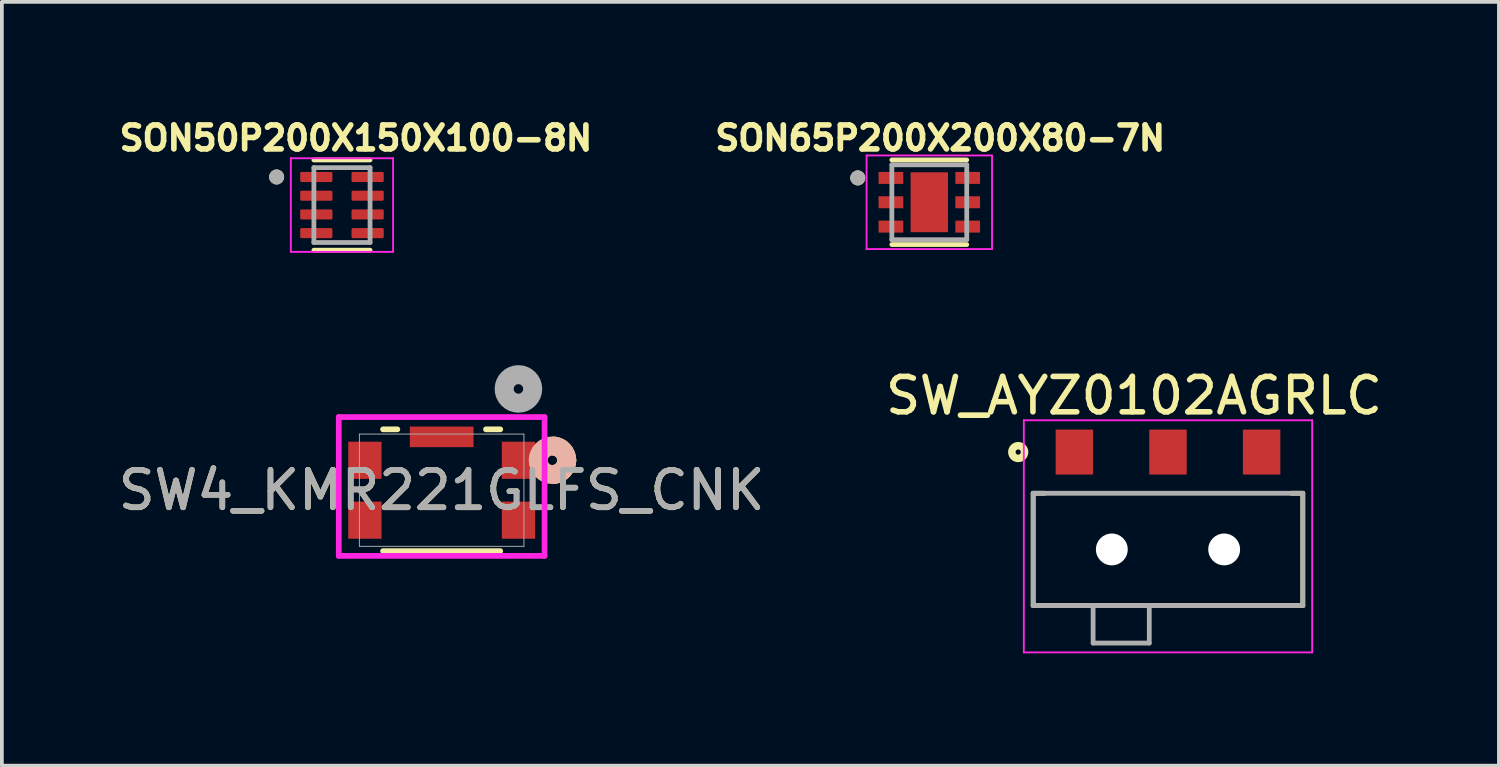
<source format=kicad_pcb>
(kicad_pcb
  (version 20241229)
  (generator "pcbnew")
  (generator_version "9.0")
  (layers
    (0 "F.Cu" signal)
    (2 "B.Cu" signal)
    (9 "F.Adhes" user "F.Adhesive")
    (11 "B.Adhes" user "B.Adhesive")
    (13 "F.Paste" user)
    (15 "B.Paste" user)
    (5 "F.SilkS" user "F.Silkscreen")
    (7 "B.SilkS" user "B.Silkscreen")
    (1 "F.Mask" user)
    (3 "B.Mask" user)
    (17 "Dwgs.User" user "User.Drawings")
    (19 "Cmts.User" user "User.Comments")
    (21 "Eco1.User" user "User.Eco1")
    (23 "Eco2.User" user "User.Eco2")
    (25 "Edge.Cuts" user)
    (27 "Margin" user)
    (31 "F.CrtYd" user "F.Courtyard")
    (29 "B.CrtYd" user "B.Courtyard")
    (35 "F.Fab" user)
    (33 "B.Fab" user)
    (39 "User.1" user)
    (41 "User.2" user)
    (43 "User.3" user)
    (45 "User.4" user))
  (footprint "SON65P200X200X80-7N"
    (layer "F.Cu")
    (at 21.766 2.351)
    (property "Reference" "SON65P200X200X80-7N" (at 0.292 -1.713 0) (layer "F.SilkS") (effects (font (size 0.64 0.64) (thickness 0.15))))
    (attr smd)
    (fp_line (start -1 -1.13) (end 1 -1.13) (stroke (width 0.127) (type solid)) (layer "F.SilkS"))
    (fp_line (start -1 1.13) (end 1 1.13) (stroke (width 0.127) (type solid)) (layer "F.SilkS"))
    (fp_circle (center -1.91 -0.65) (end -1.81 -0.65) (stroke (width 0.2) (type solid)) (fill no) (layer "F.SilkS"))
    (fp_poly (pts (xy -0.316 -0.506) (xy 0.316 -0.506) (xy 0.316 0.506) (xy -0.316 0.506)) (stroke (width 0.01) (type solid)) (fill yes) (layer "F.Paste"))
    (fp_line (start -1.675 -1.25) (end -1.675 1.25) (stroke (width 0.05) (type solid)) (layer "F.CrtYd"))
    (fp_line (start -1.675 -1.25) (end 1.675 -1.25) (stroke (width 0.05) (type solid)) (layer "F.CrtYd"))
    (fp_line (start -1.675 1.25) (end 1.675 1.25) (stroke (width 0.05) (type solid)) (layer "F.CrtYd"))
    (fp_line (start 1.675 -1.25) (end 1.675 1.25) (stroke (width 0.05) (type solid)) (layer "F.CrtYd"))
    (fp_line (start -1 -1) (end -1 1) (stroke (width 0.127) (type solid)) (layer "F.Fab"))
    (fp_line (start -1 -1) (end 1 -1) (stroke (width 0.127) (type solid)) (layer "F.Fab"))
    (fp_line (start -1 1) (end 1 1) (stroke (width 0.127) (type solid)) (layer "F.Fab"))
    (fp_line (start 1 -1) (end 1 1) (stroke (width 0.127) (type solid)) (layer "F.Fab"))
    (fp_circle (center -1.91 -0.65) (end -1.81 -0.65) (stroke (width 0.2) (type solid)) (fill no) (layer "F.Fab"))
    (pad "1" smd rect (at -1.025 -0.65) (size 0.66 0.32) (layers "F.Cu" "F.Mask" "F.Paste"))
    (pad "2" smd rect (at -1.025 0) (size 0.66 0.32) (layers "F.Cu" "F.Mask" "F.Paste"))
    (pad "3" smd rect (at -1.025 0.65) (size 0.66 0.32) (layers "F.Cu" "F.Mask" "F.Paste"))
    (pad "4" smd rect (at 1.025 0.65) (size 0.66 0.32) (layers "F.Cu" "F.Mask" "F.Paste"))
    (pad "5" smd rect (at 1.025 0) (size 0.66 0.32) (layers "F.Cu" "F.Mask" "F.Paste"))
    (pad "6" smd rect (at 1.025 -0.65) (size 0.66 0.32) (layers "F.Cu" "F.Mask" "F.Paste"))
    (pad "7" smd rect (at 0 0) (size 1 1.6) (layers "F.Cu" "F.Mask")))
  (footprint "SW_AYZ0102AGRLC"
    (layer "F.Cu")
    (at 28.14 11.472)
    (property "Reference" "SW_AYZ0102AGRLC" (at -0.907 -3.955 0) (layer "F.SilkS") (effects (font (size 0.945 0.945) (thickness 0.15))))
    (attr smd)
    (fp_line (start -3.6 -1.35) (end -3.6 1.65) (stroke (width 0.127) (type solid)) (layer "F.SilkS"))
    (fp_line (start -3.6 1.65) (end 3.6 1.65) (stroke (width 0.127) (type solid)) (layer "F.SilkS"))
    (fp_line (start -3.3 -1.35) (end -3.6 -1.35) (stroke (width 0.127) (type solid)) (layer "F.SilkS"))
    (fp_line (start 3.6 -1.35) (end 3.3 -1.35) (stroke (width 0.127) (type solid)) (layer "F.SilkS"))
    (fp_line (start 3.6 1.65) (end 3.6 -1.35) (stroke (width 0.127) (type solid)) (layer "F.SilkS"))
    (fp_circle (center -4 -2.45) (end -3.83 -2.45) (stroke (width 0.2) (type solid)) (fill no) (layer "F.SilkS"))
    (fp_line (start -3.85 -3.3) (end 3.85 -3.3) (stroke (width 0.05) (type solid)) (layer "F.CrtYd"))
    (fp_line (start -3.85 2.9) (end -3.85 -3.3) (stroke (width 0.05) (type solid)) (layer "F.CrtYd"))
    (fp_line (start 3.85 -3.3) (end 3.85 2.9) (stroke (width 0.05) (type solid)) (layer "F.CrtYd"))
    (fp_line (start 3.85 2.9) (end -3.85 2.9) (stroke (width 0.05) (type solid)) (layer "F.CrtYd"))
    (fp_line (start -3.6 -1.35) (end 3.6 -1.35) (stroke (width 0.127) (type solid)) (layer "F.Fab"))
    (fp_line (start -3.6 1.65) (end -3.6 -1.35) (stroke (width 0.127) (type solid)) (layer "F.Fab"))
    (fp_line (start -2 1.65) (end -3.6 1.65) (stroke (width 0.127) (type solid)) (layer "F.Fab"))
    (fp_line (start -2 1.65) (end -2 2.65) (stroke (width 0.127) (type solid)) (layer "F.Fab"))
    (fp_line (start -2 2.65) (end -0.5 2.65) (stroke (width 0.127) (type solid)) (layer "F.Fab"))
    (fp_line (start -0.5 1.65) (end -2 1.65) (stroke (width 0.127) (type solid)) (layer "F.Fab"))
    (fp_line (start -0.5 2.65) (end -0.5 1.65) (stroke (width 0.127) (type solid)) (layer "F.Fab"))
    (fp_line (start 3.6 -1.35) (end 3.6 1.65) (stroke (width 0.127) (type solid)) (layer "F.Fab"))
    (fp_line (start 3.6 1.65) (end -0.5 1.65) (stroke (width 0.127) (type solid)) (layer "F.Fab"))
    (pad "" np_thru_hole circle (at -1.5 0.15) (size 0.85 0.85) (drill 0.85) (layers "*.Cu" "*.Mask"))
    (pad "" np_thru_hole circle (at 1.5 0.15) (size 0.85 0.85) (drill 0.85) (layers "*.Cu" "*.Mask"))
    (pad "1" smd rect (at -2.5 -2.45) (size 1 1.2) (layers "F.Cu" "F.Mask" "F.Paste"))
    (pad "2" smd rect (at 0 -2.45) (size 1 1.2) (layers "F.Cu" "F.Mask" "F.Paste"))
    (pad "3" smd rect (at 2.5 -2.45) (size 1 1.2) (layers "F.Cu" "F.Mask" "F.Paste")))
  (footprint "SW4_KMR221GLFS_CNK"
    (layer "F.Cu")
    (at 8.744 10.041)
    (property "Reference" "SW4_KMR221GLFS_CNK" (at 0 0 0) (unlocked yes) (layer "F.SilkS") (effects (font (size 1 1) (thickness 0.15))))
    (attr smd)
    (fp_line (start -1.565 1.626) (end 1.565 1.626) (stroke (width 0.152) (type solid)) (layer "F.SilkS"))
    (fp_line (start -1.183 -1.626) (end -1.565 -1.626) (stroke (width 0.152) (type solid)) (layer "F.SilkS"))
    (fp_line (start 1.565 -1.626) (end 1.183 -1.626) (stroke (width 0.152) (type solid)) (layer "F.SilkS"))
    (fp_arc (start 3.005038 -1.178221) (mid 3.244287 -1.052645) (end 3.3401 -0.8) (stroke (width 0.508) (type solid)) (layer "F.SilkS"))
    (fp_arc (start 3.3401 -0.8) (mid 3.244287 -0.547356) (end 3.005038 -0.42178) (stroke (width 0.508) (type solid)) (layer "F.SilkS"))
    (fp_circle (center 2.959 -0.8) (end 3.34 -0.8) (stroke (width 0.508) (type solid)) (fill no) (layer "B.SilkS"))
    (fp_line (start -2.748 -1.954) (end -2.748 1.753) (stroke (width 0.152) (type solid)) (layer "F.CrtYd"))
    (fp_line (start -2.748 1.753) (end 2.748 1.753) (stroke (width 0.152) (type solid)) (layer "F.CrtYd"))
    (fp_line (start 2.748 -1.954) (end -2.748 -1.954) (stroke (width 0.152) (type solid)) (layer "F.CrtYd"))
    (fp_line (start 2.748 1.753) (end 2.748 -1.954) (stroke (width 0.152) (type solid)) (layer "F.CrtYd"))
    (fp_line (start -2.197 -1.499) (end -2.197 1.499) (stroke (width 0.025) (type solid)) (layer "F.Fab"))
    (fp_line (start -2.197 1.499) (end 2.197 1.499) (stroke (width 0.025) (type solid)) (layer "F.Fab"))
    (fp_line (start 2.197 -1.499) (end -2.197 -1.499) (stroke (width 0.025) (type solid)) (layer "F.Fab"))
    (fp_line (start 2.197 1.499) (end 2.197 -1.499) (stroke (width 0.025) (type solid)) (layer "F.Fab"))
    (fp_circle (center 2.05 -2.705) (end 2.431 -2.705) (stroke (width 0.508) (type solid)) (fill no) (layer "F.Fab"))
    (fp_text user "${REFERENCE}" (at 0 0 0) (unlocked yes) (layer "F.Fab") (effects (font (size 1 1) (thickness 0.15))))
    (pad "1" smd rect (at 2.05 -0.8) (size 0.889 0.991) (layers "F.Cu" "F.Mask" "F.Paste"))
    (pad "2" smd rect (at 2.05 0.8) (size 0.889 0.991) (layers "F.Cu" "F.Mask" "F.Paste"))
    (pad "3" smd rect (at -2.05 0.8) (size 0.889 0.991) (layers "F.Cu" "F.Mask" "F.Paste"))
    (pad "4" smd rect (at -2.05 -0.8) (size 0.889 0.991) (layers "F.Cu" "F.Mask" "F.Paste"))
    (pad "5" smd rect (at 0 -1.425) (size 1.7 0.55) (layers "F.Cu" "F.Mask" "F.Paste")))
  (footprint "SON50P200X150X100-8N"
    (layer "F.Cu")
    (at 6.082 2.426)
    (property "Reference" "SON50P200X150X100-8N" (at 0.372 -1.788 0) (layer "F.SilkS") (effects (font (size 0.64 0.64) (thickness 0.15))))
    (attr smd)
    (fp_line (start -0.75 -1.205) (end 0.75 -1.205) (stroke (width 0.127) (type solid)) (layer "F.SilkS"))
    (fp_line (start -0.75 1.205) (end 0.75 1.205) (stroke (width 0.127) (type solid)) (layer "F.SilkS"))
    (fp_circle (center -1.745 -0.75) (end -1.645 -0.75) (stroke (width 0.2) (type solid)) (fill no) (layer "F.SilkS"))
    (fp_line (start -1.365 -1.25) (end -1.365 1.25) (stroke (width 0.05) (type solid)) (layer "F.CrtYd"))
    (fp_line (start -1.365 -1.25) (end 1.365 -1.25) (stroke (width 0.05) (type solid)) (layer "F.CrtYd"))
    (fp_line (start -1.365 1.25) (end 1.365 1.25) (stroke (width 0.05) (type solid)) (layer "F.CrtYd"))
    (fp_line (start 1.365 -1.25) (end 1.365 1.25) (stroke (width 0.05) (type solid)) (layer "F.CrtYd"))
    (fp_line (start -0.75 -1) (end -0.75 1) (stroke (width 0.127) (type solid)) (layer "F.Fab"))
    (fp_line (start -0.75 -1) (end 0.75 -1) (stroke (width 0.127) (type solid)) (layer "F.Fab"))
    (fp_line (start -0.75 1) (end 0.75 1) (stroke (width 0.127) (type solid)) (layer "F.Fab"))
    (fp_line (start 0.75 -1) (end 0.75 1) (stroke (width 0.127) (type solid)) (layer "F.Fab"))
    (fp_circle (center -1.745 -0.75) (end -1.645 -0.75) (stroke (width 0.2) (type solid)) (fill no) (layer "F.Fab"))
    (pad "1" smd roundrect (at -0.685 -0.75) (size 0.86 0.27) (layers "F.Cu" "F.Mask" "F.Paste") (roundrect_rratio 0.125))
    (pad "2" smd roundrect (at -0.685 -0.25) (size 0.86 0.27) (layers "F.Cu" "F.Mask" "F.Paste") (roundrect_rratio 0.125))
    (pad "3" smd roundrect (at -0.685 0.25) (size 0.86 0.27) (layers "F.Cu" "F.Mask" "F.Paste") (roundrect_rratio 0.125))
    (pad "4" smd roundrect (at -0.685 0.75) (size 0.86 0.27) (layers "F.Cu" "F.Mask" "F.Paste") (roundrect_rratio 0.125))
    (pad "5" smd roundrect (at 0.685 0.75) (size 0.86 0.27) (layers "F.Cu" "F.Mask" "F.Paste") (roundrect_rratio 0.125))
    (pad "6" smd roundrect (at 0.685 0.25) (size 0.86 0.27) (layers "F.Cu" "F.Mask" "F.Paste") (roundrect_rratio 0.125))
    (pad "7" smd roundrect (at 0.685 -0.25) (size 0.86 0.27) (layers "F.Cu" "F.Mask" "F.Paste") (roundrect_rratio 0.125))
    (pad "8" smd roundrect (at 0.685 -0.75) (size 0.86 0.27) (layers "F.Cu" "F.Mask" "F.Paste") (roundrect_rratio 0.125)))
  (gr_rect
    (start -3 -3)
    (end 36.977 17.397)
    (stroke (width 0.1) (type default))
    (fill no)
    (layer "Edge.Cuts")))
</source>
